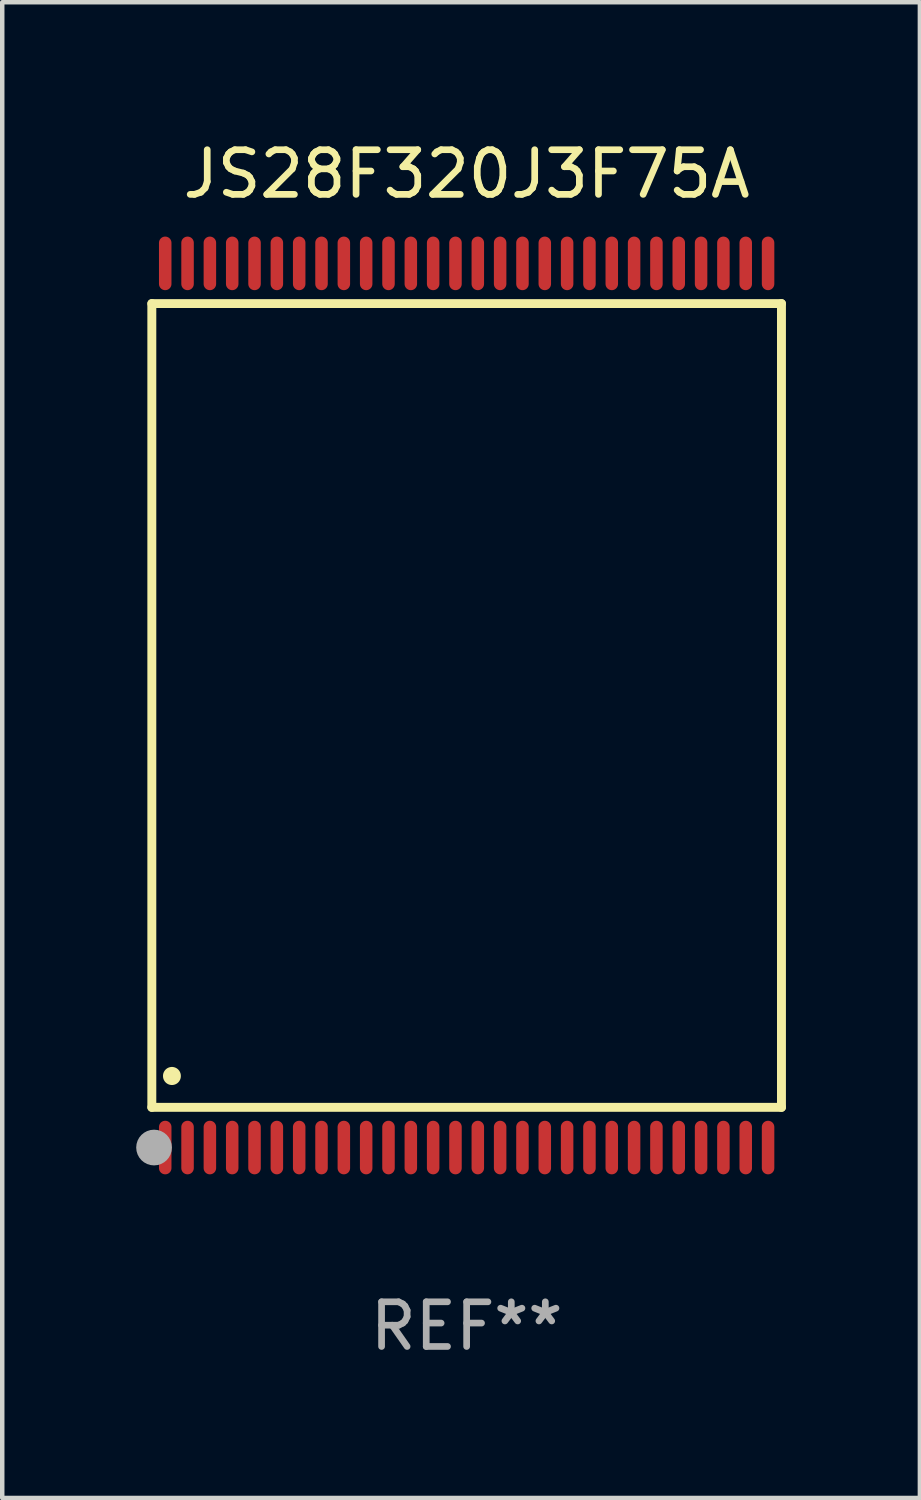
<source format=kicad_pcb>
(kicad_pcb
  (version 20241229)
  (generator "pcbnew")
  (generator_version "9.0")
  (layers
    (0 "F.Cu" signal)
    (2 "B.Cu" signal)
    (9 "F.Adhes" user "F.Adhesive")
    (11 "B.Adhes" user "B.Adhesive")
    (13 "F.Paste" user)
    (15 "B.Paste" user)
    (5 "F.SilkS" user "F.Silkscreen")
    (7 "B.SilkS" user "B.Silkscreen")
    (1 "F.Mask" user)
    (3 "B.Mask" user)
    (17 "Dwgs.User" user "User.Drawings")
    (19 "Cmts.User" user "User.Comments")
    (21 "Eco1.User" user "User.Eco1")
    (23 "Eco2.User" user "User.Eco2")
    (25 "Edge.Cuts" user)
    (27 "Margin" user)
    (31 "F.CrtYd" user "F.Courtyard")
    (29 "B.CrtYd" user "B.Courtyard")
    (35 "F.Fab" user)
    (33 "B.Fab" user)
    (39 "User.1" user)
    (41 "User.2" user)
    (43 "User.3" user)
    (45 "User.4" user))
  (footprint "JS28F320J3F75A"
    (layer "F.Cu")
    (at 7.4 12.748)
    (property "Reference" "JS28F320J3F75A" (at 0 -11.9 0) (layer "F.SilkS") (effects (font (size 1 1) (thickness 0.15))))
    (attr through_hole)
    (fp_line (start -7.05 -9) (end 7.05 -9) (stroke (width 0.2) (type solid)) (layer "F.SilkS"))
    (fp_line (start -7.05 9) (end -7.05 -9) (stroke (width 0.2) (type solid)) (layer "F.SilkS"))
    (fp_line (start 7.05 9) (end -7.05 9) (stroke (width 0.2) (type solid)) (layer "F.SilkS"))
    (fp_line (start 7.05 9) (end 7.05 -9) (stroke (width 0.2) (type solid)) (layer "F.SilkS"))
    (fp_arc (start -6.600025 8.300025) (mid -6.600041 8.297485) (end -6.600025 8.294945) (stroke (width 0.4) (type solid)) (layer "F.SilkS"))
    (fp_circle (center -7 10) (end -6.97 10) (stroke (width 0.06) (type solid)) (fill no) (layer "F.SilkS"))
    (fp_circle (center -7 9.9) (end -6.8 9.9) (stroke (width 0.4) (type solid)) (fill no) (layer "F.Fab"))
    (fp_text user "REF**" (at 0 13.9 0) (layer "F.Fab") (effects (font (size 1 1) (thickness 0.15))))
    (pad "1" smd oval (at -6.75 9.9) (size 0.28 1.2) (layers "F.Cu" "F.Mask" "F.Paste"))
    (pad "2" smd oval (at -6.25 9.9) (size 0.28 1.2) (layers "F.Cu" "F.Mask" "F.Paste"))
    (pad "3" smd oval (at -5.75 9.9) (size 0.28 1.2) (layers "F.Cu" "F.Mask" "F.Paste"))
    (pad "4" smd oval (at -5.25 9.9) (size 0.28 1.2) (layers "F.Cu" "F.Mask" "F.Paste"))
    (pad "5" smd oval (at -4.75 9.9) (size 0.28 1.2) (layers "F.Cu" "F.Mask" "F.Paste"))
    (pad "6" smd oval (at -4.25 9.9) (size 0.28 1.2) (layers "F.Cu" "F.Mask" "F.Paste"))
    (pad "7" smd oval (at -3.75 9.9) (size 0.28 1.2) (layers "F.Cu" "F.Mask" "F.Paste"))
    (pad "8" smd oval (at -3.25 9.9) (size 0.28 1.2) (layers "F.Cu" "F.Mask" "F.Paste"))
    (pad "9" smd oval (at -2.75 9.9) (size 0.28 1.2) (layers "F.Cu" "F.Mask" "F.Paste"))
    (pad "10" smd oval (at -2.25 9.9) (size 0.28 1.2) (layers "F.Cu" "F.Mask" "F.Paste"))
    (pad "11" smd oval (at -1.75 9.9) (size 0.28 1.2) (layers "F.Cu" "F.Mask" "F.Paste"))
    (pad "12" smd oval (at -1.25 9.9) (size 0.28 1.2) (layers "F.Cu" "F.Mask" "F.Paste"))
    (pad "13" smd oval (at -0.75 9.9) (size 0.28 1.2) (layers "F.Cu" "F.Mask" "F.Paste"))
    (pad "14" smd oval (at -0.25 9.9) (size 0.28 1.2) (layers "F.Cu" "F.Mask" "F.Paste"))
    (pad "15" smd oval (at 0.25 9.9) (size 0.28 1.2) (layers "F.Cu" "F.Mask" "F.Paste"))
    (pad "16" smd oval (at 0.75 9.9) (size 0.28 1.2) (layers "F.Cu" "F.Mask" "F.Paste"))
    (pad "17" smd oval (at 1.25 9.9) (size 0.28 1.2) (layers "F.Cu" "F.Mask" "F.Paste"))
    (pad "18" smd oval (at 1.75 9.9) (size 0.28 1.2) (layers "F.Cu" "F.Mask" "F.Paste"))
    (pad "19" smd oval (at 2.25 9.9) (size 0.28 1.2) (layers "F.Cu" "F.Mask" "F.Paste"))
    (pad "20" smd oval (at 2.75 9.9) (size 0.28 1.2) (layers "F.Cu" "F.Mask" "F.Paste"))
    (pad "21" smd oval (at 3.25 9.9) (size 0.28 1.2) (layers "F.Cu" "F.Mask" "F.Paste"))
    (pad "22" smd oval (at 3.75 9.9) (size 0.28 1.2) (layers "F.Cu" "F.Mask" "F.Paste"))
    (pad "23" smd oval (at 4.25 9.9) (size 0.28 1.2) (layers "F.Cu" "F.Mask" "F.Paste"))
    (pad "24" smd oval (at 4.75 9.9) (size 0.28 1.2) (layers "F.Cu" "F.Mask" "F.Paste"))
    (pad "25" smd oval (at 5.25 9.9) (size 0.28 1.2) (layers "F.Cu" "F.Mask" "F.Paste"))
    (pad "26" smd oval (at 5.75 9.9) (size 0.28 1.2) (layers "F.Cu" "F.Mask" "F.Paste"))
    (pad "27" smd oval (at 6.25 9.9) (size 0.28 1.2) (layers "F.Cu" "F.Mask" "F.Paste"))
    (pad "28" smd oval (at 6.75 9.9) (size 0.28 1.2) (layers "F.Cu" "F.Mask" "F.Paste"))
    (pad "29" smd oval (at 6.75 -9.9) (size 0.28 1.2) (layers "F.Cu" "F.Mask" "F.Paste"))
    (pad "30" smd oval (at 6.25 -9.9) (size 0.28 1.2) (layers "F.Cu" "F.Mask" "F.Paste"))
    (pad "31" smd oval (at 5.75 -9.9) (size 0.28 1.2) (layers "F.Cu" "F.Mask" "F.Paste"))
    (pad "32" smd oval (at 5.25 -9.9) (size 0.28 1.2) (layers "F.Cu" "F.Mask" "F.Paste"))
    (pad "33" smd oval (at 4.75 -9.9) (size 0.28 1.2) (layers "F.Cu" "F.Mask" "F.Paste"))
    (pad "34" smd oval (at 4.25 -9.9) (size 0.28 1.2) (layers "F.Cu" "F.Mask" "F.Paste"))
    (pad "35" smd oval (at 3.75 -9.9) (size 0.28 1.2) (layers "F.Cu" "F.Mask" "F.Paste"))
    (pad "36" smd oval (at 3.25 -9.9) (size 0.28 1.2) (layers "F.Cu" "F.Mask" "F.Paste"))
    (pad "37" smd oval (at 2.75 -9.9) (size 0.28 1.2) (layers "F.Cu" "F.Mask" "F.Paste"))
    (pad "38" smd oval (at 2.25 -9.9) (size 0.28 1.2) (layers "F.Cu" "F.Mask" "F.Paste"))
    (pad "39" smd oval (at 1.75 -9.9) (size 0.28 1.2) (layers "F.Cu" "F.Mask" "F.Paste"))
    (pad "40" smd oval (at 1.25 -9.9) (size 0.28 1.2) (layers "F.Cu" "F.Mask" "F.Paste"))
    (pad "41" smd oval (at 0.75 -9.9) (size 0.28 1.2) (layers "F.Cu" "F.Mask" "F.Paste"))
    (pad "42" smd oval (at 0.25 -9.9) (size 0.28 1.2) (layers "F.Cu" "F.Mask" "F.Paste"))
    (pad "43" smd oval (at -0.25 -9.9) (size 0.28 1.2) (layers "F.Cu" "F.Mask" "F.Paste"))
    (pad "44" smd oval (at -0.75 -9.9) (size 0.28 1.2) (layers "F.Cu" "F.Mask" "F.Paste"))
    (pad "45" smd oval (at -1.25 -9.9) (size 0.28 1.2) (layers "F.Cu" "F.Mask" "F.Paste"))
    (pad "46" smd oval (at -1.75 -9.9) (size 0.28 1.2) (layers "F.Cu" "F.Mask" "F.Paste"))
    (pad "47" smd oval (at -2.25 -9.9) (size 0.28 1.2) (layers "F.Cu" "F.Mask" "F.Paste"))
    (pad "48" smd oval (at -2.75 -9.9) (size 0.28 1.2) (layers "F.Cu" "F.Mask" "F.Paste"))
    (pad "49" smd oval (at -3.25 -9.9) (size 0.28 1.2) (layers "F.Cu" "F.Mask" "F.Paste"))
    (pad "50" smd oval (at -3.75 -9.9) (size 0.28 1.2) (layers "F.Cu" "F.Mask" "F.Paste"))
    (pad "51" smd oval (at -4.25 -9.9) (size 0.28 1.2) (layers "F.Cu" "F.Mask" "F.Paste"))
    (pad "52" smd oval (at -4.75 -9.9) (size 0.28 1.2) (layers "F.Cu" "F.Mask" "F.Paste"))
    (pad "53" smd oval (at -5.25 -9.9) (size 0.28 1.2) (layers "F.Cu" "F.Mask" "F.Paste"))
    (pad "54" smd oval (at -5.75 -9.9) (size 0.28 1.2) (layers "F.Cu" "F.Mask" "F.Paste"))
    (pad "55" smd oval (at -6.25 -9.9) (size 0.28 1.2) (layers "F.Cu" "F.Mask" "F.Paste"))
    (pad "56" smd oval (at -6.75 -9.9) (size 0.28 1.2) (layers "F.Cu" "F.Mask" "F.Paste")))
  (gr_rect
    (start -3 -3)
    (end 17.55 30.496)
    (stroke (width 0.1) (type default))
    (fill no)
    (layer "Edge.Cuts")))
</source>
